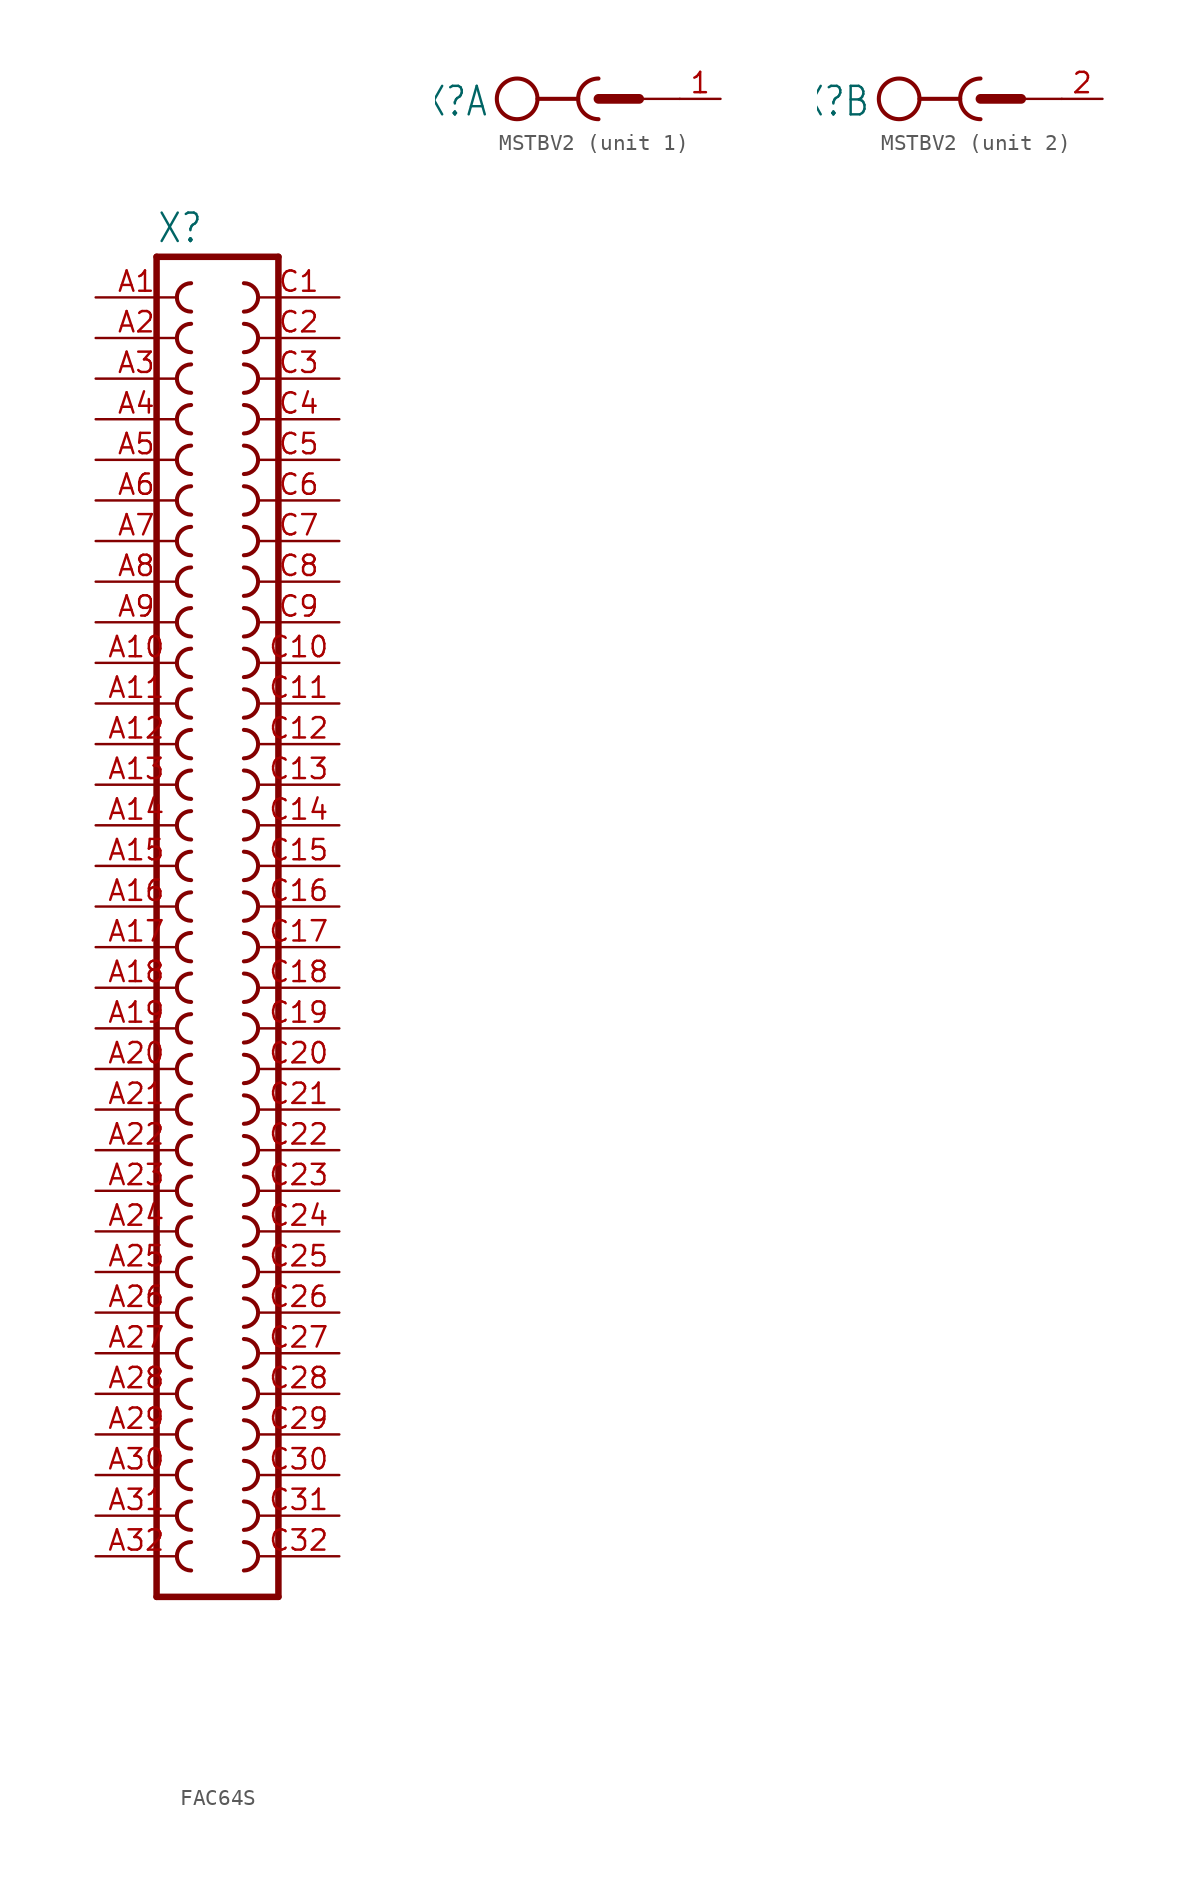
<source format=kicad_sym>
(kicad_symbol_lib
  (version 20231120)
  (generator "kicad_symbol_editor")
  (generator_version "8.0")
  (symbol "FAC64S"
    (property "Reference" "X"
      (at -3.81 41.402 0)
      (effects (font (size 1.778 1.511)) (justify left bottom)))
    (property "Value" ""
      (at -3.81 -45.72 0)
      (effects (font (size 1.778 1.511)) (justify left bottom)))
    (property "ki_locked" ""
      (at 0 0 0)
      (effects (font (size 1.27 1.27))))
    (symbol "FAC64S_1_0"
      (arc (start -1.651 -39.751) (mid -2.54 -40.64) (end -1.651 -41.529) (stroke (width 0.254) (type solid)) (fill (type none)))
      (arc (start -1.651 -37.211) (mid -2.54 -38.1) (end -1.651 -38.989) (stroke (width 0.254) (type solid)) (fill (type none)))
      (arc (start -1.651 -34.671) (mid -2.54 -35.56) (end -1.651 -36.449) (stroke (width 0.254) (type solid)) (fill (type none)))
      (arc (start -1.651 -32.131) (mid -2.54 -33.02) (end -1.651 -33.909) (stroke (width 0.254) (type solid)) (fill (type none)))
      (arc (start -1.651 -29.591) (mid -2.54 -30.48) (end -1.651 -31.369) (stroke (width 0.254) (type solid)) (fill (type none)))
      (arc (start -1.651 -27.051) (mid -2.54 -27.94) (end -1.651 -28.829) (stroke (width 0.254) (type solid)) (fill (type none)))
      (arc (start -1.651 -24.511) (mid -2.54 -25.4) (end -1.651 -26.289) (stroke (width 0.254) (type solid)) (fill (type none)))
      (arc (start -1.651 -21.971) (mid -2.54 -22.86) (end -1.651 -23.749) (stroke (width 0.254) (type solid)) (fill (type none)))
      (arc (start -1.651 -19.431) (mid -2.54 -20.32) (end -1.651 -21.209) (stroke (width 0.254) (type solid)) (fill (type none)))
      (arc (start -1.651 -16.891) (mid -2.54 -17.78) (end -1.651 -18.669) (stroke (width 0.254) (type solid)) (fill (type none)))
      (arc (start -1.651 -14.351) (mid -2.54 -15.24) (end -1.651 -16.129) (stroke (width 0.254) (type solid)) (fill (type none)))
      (arc (start -1.651 -11.811) (mid -2.54 -12.7) (end -1.651 -13.589) (stroke (width 0.254) (type solid)) (fill (type none)))
      (arc (start -1.651 -9.271) (mid -2.54 -10.16) (end -1.651 -11.049) (stroke (width 0.254) (type solid)) (fill (type none)))
      (arc (start -1.651 -6.731) (mid -2.54 -7.62) (end -1.651 -8.509) (stroke (width 0.254) (type solid)) (fill (type none)))
      (arc (start -1.651 -4.191) (mid -2.54 -5.08) (end -1.651 -5.969) (stroke (width 0.254) (type solid)) (fill (type none)))
      (arc (start -1.651 -1.651) (mid -2.54 -2.54) (end -1.651 -3.429) (stroke (width 0.254) (type solid)) (fill (type none)))
      (arc (start -1.651 0.889) (mid -2.54 0) (end -1.651 -0.889) (stroke (width 0.254) (type solid)) (fill (type none)))
      (arc (start -1.651 3.429) (mid -2.54 2.54) (end -1.651 1.651) (stroke (width 0.254) (type solid)) (fill (type none)))
      (arc (start -1.651 5.969) (mid -2.54 5.08) (end -1.651 4.191) (stroke (width 0.254) (type solid)) (fill (type none)))
      (arc (start -1.651 8.509) (mid -2.54 7.62) (end -1.651 6.731) (stroke (width 0.254) (type solid)) (fill (type none)))
      (arc (start -1.651 11.049) (mid -2.54 10.16) (end -1.651 9.271) (stroke (width 0.254) (type solid)) (fill (type none)))
      (arc (start -1.651 13.589) (mid -2.54 12.7) (end -1.651 11.811) (stroke (width 0.254) (type solid)) (fill (type none)))
      (arc (start -1.651 16.129) (mid -2.54 15.24) (end -1.651 14.351) (stroke (width 0.254) (type solid)) (fill (type none)))
      (arc (start -1.651 18.669) (mid -2.54 17.78) (end -1.651 16.891) (stroke (width 0.254) (type solid)) (fill (type none)))
      (arc (start -1.651 21.209) (mid -2.54 20.32) (end -1.651 19.431) (stroke (width 0.254) (type solid)) (fill (type none)))
      (arc (start -1.651 23.749) (mid -2.54 22.86) (end -1.651 21.971) (stroke (width 0.254) (type solid)) (fill (type none)))
      (arc (start -1.651 26.289) (mid -2.54 25.4) (end -1.651 24.511) (stroke (width 0.254) (type solid)) (fill (type none)))
      (arc (start -1.651 28.829) (mid -2.54 27.94) (end -1.651 27.051) (stroke (width 0.254) (type solid)) (fill (type none)))
      (arc (start -1.651 31.369) (mid -2.54 30.48) (end -1.651 29.591) (stroke (width 0.254) (type solid)) (fill (type none)))
      (arc (start -1.651 33.909) (mid -2.54 33.02) (end -1.651 32.131) (stroke (width 0.254) (type solid)) (fill (type none)))
      (arc (start -1.651 36.449) (mid -2.54 35.56) (end -1.651 34.671) (stroke (width 0.254) (type solid)) (fill (type none)))
      (arc (start -1.651 38.989) (mid -2.54 38.1) (end -1.651 37.211) (stroke (width 0.254) (type solid)) (fill (type none)))
      (polyline (pts (xy -3.81 40.64) (xy -3.81 -43.18)) (stroke (width 0.406) (type solid)) (fill (type none)))
      (polyline (pts (xy -3.81 40.64) (xy 3.81 40.64)) (stroke (width 0.406) (type solid)) (fill (type none)))
      (polyline (pts (xy 3.81 -43.18) (xy -3.81 -43.18)) (stroke (width 0.406) (type solid)) (fill (type none)))
      (polyline (pts (xy 3.81 -43.18) (xy 3.81 40.64)) (stroke (width 0.406) (type solid)) (fill (type none)))
      (arc (start 1.651 -41.529) (mid 2.54 -40.64) (end 1.651 -39.751) (stroke (width 0.254) (type solid)) (fill (type none)))
      (arc (start 1.651 -38.989) (mid 2.54 -38.1) (end 1.651 -37.211) (stroke (width 0.254) (type solid)) (fill (type none)))
      (arc (start 1.651 -36.449) (mid 2.54 -35.56) (end 1.651 -34.671) (stroke (width 0.254) (type solid)) (fill (type none)))
      (arc (start 1.651 -33.909) (mid 2.54 -33.02) (end 1.651 -32.131) (stroke (width 0.254) (type solid)) (fill (type none)))
      (arc (start 1.651 -31.369) (mid 2.54 -30.48) (end 1.651 -29.591) (stroke (width 0.254) (type solid)) (fill (type none)))
      (arc (start 1.651 -28.829) (mid 2.54 -27.94) (end 1.651 -27.051) (stroke (width 0.254) (type solid)) (fill (type none)))
      (arc (start 1.651 -26.289) (mid 2.54 -25.4) (end 1.651 -24.511) (stroke (width 0.254) (type solid)) (fill (type none)))
      (arc (start 1.651 -23.749) (mid 2.54 -22.86) (end 1.651 -21.971) (stroke (width 0.254) (type solid)) (fill (type none)))
      (arc (start 1.651 -21.209) (mid 2.54 -20.32) (end 1.651 -19.431) (stroke (width 0.254) (type solid)) (fill (type none)))
      (arc (start 1.651 -18.669) (mid 2.54 -17.78) (end 1.651 -16.891) (stroke (width 0.254) (type solid)) (fill (type none)))
      (arc (start 1.651 -16.129) (mid 2.54 -15.24) (end 1.651 -14.351) (stroke (width 0.254) (type solid)) (fill (type none)))
      (arc (start 1.651 -13.589) (mid 2.54 -12.7) (end 1.651 -11.811) (stroke (width 0.254) (type solid)) (fill (type none)))
      (arc (start 1.651 -11.049) (mid 2.54 -10.16) (end 1.651 -9.271) (stroke (width 0.254) (type solid)) (fill (type none)))
      (arc (start 1.651 -8.509) (mid 2.54 -7.62) (end 1.651 -6.731) (stroke (width 0.254) (type solid)) (fill (type none)))
      (arc (start 1.651 -5.969) (mid 2.54 -5.08) (end 1.651 -4.191) (stroke (width 0.254) (type solid)) (fill (type none)))
      (arc (start 1.651 -3.429) (mid 2.54 -2.54) (end 1.651 -1.651) (stroke (width 0.254) (type solid)) (fill (type none)))
      (arc (start 1.651 -0.889) (mid 2.54 0) (end 1.651 0.889) (stroke (width 0.254) (type solid)) (fill (type none)))
      (arc (start 1.651 1.651) (mid 2.54 2.54) (end 1.651 3.429) (stroke (width 0.254) (type solid)) (fill (type none)))
      (arc (start 1.651 4.191) (mid 2.54 5.08) (end 1.651 5.969) (stroke (width 0.254) (type solid)) (fill (type none)))
      (arc (start 1.651 6.731) (mid 2.54 7.62) (end 1.651 8.509) (stroke (width 0.254) (type solid)) (fill (type none)))
      (arc (start 1.651 9.271) (mid 2.54 10.16) (end 1.651 11.049) (stroke (width 0.254) (type solid)) (fill (type none)))
      (arc (start 1.651 11.811) (mid 2.54 12.7) (end 1.651 13.589) (stroke (width 0.254) (type solid)) (fill (type none)))
      (arc (start 1.651 14.351) (mid 2.54 15.24) (end 1.651 16.129) (stroke (width 0.254) (type solid)) (fill (type none)))
      (arc (start 1.651 16.891) (mid 2.54 17.78) (end 1.651 18.669) (stroke (width 0.254) (type solid)) (fill (type none)))
      (arc (start 1.651 19.431) (mid 2.54 20.32) (end 1.651 21.209) (stroke (width 0.254) (type solid)) (fill (type none)))
      (arc (start 1.651 21.971) (mid 2.54 22.86) (end 1.651 23.749) (stroke (width 0.254) (type solid)) (fill (type none)))
      (arc (start 1.651 24.511) (mid 2.54 25.4) (end 1.651 26.289) (stroke (width 0.254) (type solid)) (fill (type none)))
      (arc (start 1.651 27.051) (mid 2.54 27.94) (end 1.651 28.829) (stroke (width 0.254) (type solid)) (fill (type none)))
      (arc (start 1.651 29.591) (mid 2.54 30.48) (end 1.651 31.369) (stroke (width 0.254) (type solid)) (fill (type none)))
      (arc (start 1.651 32.131) (mid 2.54 33.02) (end 1.651 33.909) (stroke (width 0.254) (type solid)) (fill (type none)))
      (arc (start 1.651 34.671) (mid 2.54 35.56) (end 1.651 36.449) (stroke (width 0.254) (type solid)) (fill (type none)))
      (arc (start 1.651 37.211) (mid 2.54 38.1) (end 1.651 38.989) (stroke (width 0.254) (type solid)) (fill (type none)))
      (pin passive line (at -7.62 38.1 0) (length 5.08) (name "A1" (effects (font (size 0 0)))) (number "A1" (effects (font (size 1.27 1.27)))))
      (pin passive line (at -7.62 15.24 0) (length 5.08) (name "A10" (effects (font (size 0 0)))) (number "A10" (effects (font (size 1.27 1.27)))))
      (pin passive line (at -7.62 12.7 0) (length 5.08) (name "A11" (effects (font (size 0 0)))) (number "A11" (effects (font (size 1.27 1.27)))))
      (pin passive line (at -7.62 10.16 0) (length 5.08) (name "A12" (effects (font (size 0 0)))) (number "A12" (effects (font (size 1.27 1.27)))))
      (pin passive line (at -7.62 7.62 0) (length 5.08) (name "A13" (effects (font (size 0 0)))) (number "A13" (effects (font (size 1.27 1.27)))))
      (pin passive line (at -7.62 5.08 0) (length 5.08) (name "A14" (effects (font (size 0 0)))) (number "A14" (effects (font (size 1.27 1.27)))))
      (pin passive line (at -7.62 2.54 0) (length 5.08) (name "A15" (effects (font (size 0 0)))) (number "A15" (effects (font (size 1.27 1.27)))))
      (pin passive line (at -7.62 0 0) (length 5.08) (name "A16" (effects (font (size 0 0)))) (number "A16" (effects (font (size 1.27 1.27)))))
      (pin passive line (at -7.62 -2.54 0) (length 5.08) (name "A17" (effects (font (size 0 0)))) (number "A17" (effects (font (size 1.27 1.27)))))
      (pin passive line (at -7.62 -5.08 0) (length 5.08) (name "A18" (effects (font (size 0 0)))) (number "A18" (effects (font (size 1.27 1.27)))))
      (pin passive line (at -7.62 -7.62 0) (length 5.08) (name "A19" (effects (font (size 0 0)))) (number "A19" (effects (font (size 1.27 1.27)))))
      (pin passive line (at -7.62 35.56 0) (length 5.08) (name "A2" (effects (font (size 0 0)))) (number "A2" (effects (font (size 1.27 1.27)))))
      (pin passive line (at -7.62 -10.16 0) (length 5.08) (name "A20" (effects (font (size 0 0)))) (number "A20" (effects (font (size 1.27 1.27)))))
      (pin passive line (at -7.62 -12.7 0) (length 5.08) (name "A21" (effects (font (size 0 0)))) (number "A21" (effects (font (size 1.27 1.27)))))
      (pin passive line (at -7.62 -15.24 0) (length 5.08) (name "A22" (effects (font (size 0 0)))) (number "A22" (effects (font (size 1.27 1.27)))))
      (pin passive line (at -7.62 -17.78 0) (length 5.08) (name "A23" (effects (font (size 0 0)))) (number "A23" (effects (font (size 1.27 1.27)))))
      (pin passive line (at -7.62 -20.32 0) (length 5.08) (name "A24" (effects (font (size 0 0)))) (number "A24" (effects (font (size 1.27 1.27)))))
      (pin passive line (at -7.62 -22.86 0) (length 5.08) (name "A25" (effects (font (size 0 0)))) (number "A25" (effects (font (size 1.27 1.27)))))
      (pin passive line (at -7.62 -25.4 0) (length 5.08) (name "A26" (effects (font (size 0 0)))) (number "A26" (effects (font (size 1.27 1.27)))))
      (pin passive line (at -7.62 -27.94 0) (length 5.08) (name "A27" (effects (font (size 0 0)))) (number "A27" (effects (font (size 1.27 1.27)))))
      (pin passive line (at -7.62 -30.48 0) (length 5.08) (name "A28" (effects (font (size 0 0)))) (number "A28" (effects (font (size 1.27 1.27)))))
      (pin passive line (at -7.62 -33.02 0) (length 5.08) (name "A29" (effects (font (size 0 0)))) (number "A29" (effects (font (size 1.27 1.27)))))
      (pin passive line (at -7.62 33.02 0) (length 5.08) (name "A3" (effects (font (size 0 0)))) (number "A3" (effects (font (size 1.27 1.27)))))
      (pin passive line (at -7.62 -35.56 0) (length 5.08) (name "A30" (effects (font (size 0 0)))) (number "A30" (effects (font (size 1.27 1.27)))))
      (pin passive line (at -7.62 -38.1 0) (length 5.08) (name "A31" (effects (font (size 0 0)))) (number "A31" (effects (font (size 1.27 1.27)))))
      (pin passive line (at -7.62 -40.64 0) (length 5.08) (name "A32" (effects (font (size 0 0)))) (number "A32" (effects (font (size 1.27 1.27)))))
      (pin passive line (at -7.62 30.48 0) (length 5.08) (name "A4" (effects (font (size 0 0)))) (number "A4" (effects (font (size 1.27 1.27)))))
      (pin passive line (at -7.62 27.94 0) (length 5.08) (name "A5" (effects (font (size 0 0)))) (number "A5" (effects (font (size 1.27 1.27)))))
      (pin passive line (at -7.62 25.4 0) (length 5.08) (name "A6" (effects (font (size 0 0)))) (number "A6" (effects (font (size 1.27 1.27)))))
      (pin passive line (at -7.62 22.86 0) (length 5.08) (name "A7" (effects (font (size 0 0)))) (number "A7" (effects (font (size 1.27 1.27)))))
      (pin passive line (at -7.62 20.32 0) (length 5.08) (name "A8" (effects (font (size 0 0)))) (number "A8" (effects (font (size 1.27 1.27)))))
      (pin passive line (at -7.62 17.78 0) (length 5.08) (name "A9" (effects (font (size 0 0)))) (number "A9" (effects (font (size 1.27 1.27)))))
      (pin passive line (at 7.62 38.1 180) (length 5.08) (name "C1" (effects (font (size 0 0)))) (number "C1" (effects (font (size 1.27 1.27)))))
      (pin passive line (at 7.62 15.24 180) (length 5.08) (name "C10" (effects (font (size 0 0)))) (number "C10" (effects (font (size 1.27 1.27)))))
      (pin passive line (at 7.62 12.7 180) (length 5.08) (name "C11" (effects (font (size 0 0)))) (number "C11" (effects (font (size 1.27 1.27)))))
      (pin passive line (at 7.62 10.16 180) (length 5.08) (name "C12" (effects (font (size 0 0)))) (number "C12" (effects (font (size 1.27 1.27)))))
      (pin passive line (at 7.62 7.62 180) (length 5.08) (name "C13" (effects (font (size 0 0)))) (number "C13" (effects (font (size 1.27 1.27)))))
      (pin passive line (at 7.62 5.08 180) (length 5.08) (name "C14" (effects (font (size 0 0)))) (number "C14" (effects (font (size 1.27 1.27)))))
      (pin passive line (at 7.62 2.54 180) (length 5.08) (name "C15" (effects (font (size 0 0)))) (number "C15" (effects (font (size 1.27 1.27)))))
      (pin passive line (at 7.62 0 180) (length 5.08) (name "C16" (effects (font (size 0 0)))) (number "C16" (effects (font (size 1.27 1.27)))))
      (pin passive line (at 7.62 -2.54 180) (length 5.08) (name "C17" (effects (font (size 0 0)))) (number "C17" (effects (font (size 1.27 1.27)))))
      (pin passive line (at 7.62 -5.08 180) (length 5.08) (name "C18" (effects (font (size 0 0)))) (number "C18" (effects (font (size 1.27 1.27)))))
      (pin passive line (at 7.62 -7.62 180) (length 5.08) (name "C19" (effects (font (size 0 0)))) (number "C19" (effects (font (size 1.27 1.27)))))
      (pin passive line (at 7.62 35.56 180) (length 5.08) (name "C2" (effects (font (size 0 0)))) (number "C2" (effects (font (size 1.27 1.27)))))
      (pin passive line (at 7.62 -10.16 180) (length 5.08) (name "C20" (effects (font (size 0 0)))) (number "C20" (effects (font (size 1.27 1.27)))))
      (pin passive line (at 7.62 -12.7 180) (length 5.08) (name "C21" (effects (font (size 0 0)))) (number "C21" (effects (font (size 1.27 1.27)))))
      (pin passive line (at 7.62 -15.24 180) (length 5.08) (name "C22" (effects (font (size 0 0)))) (number "C22" (effects (font (size 1.27 1.27)))))
      (pin passive line (at 7.62 -17.78 180) (length 5.08) (name "C23" (effects (font (size 0 0)))) (number "C23" (effects (font (size 1.27 1.27)))))
      (pin passive line (at 7.62 -20.32 180) (length 5.08) (name "C24" (effects (font (size 0 0)))) (number "C24" (effects (font (size 1.27 1.27)))))
      (pin passive line (at 7.62 -22.86 180) (length 5.08) (name "C25" (effects (font (size 0 0)))) (number "C25" (effects (font (size 1.27 1.27)))))
      (pin passive line (at 7.62 -25.4 180) (length 5.08) (name "C26" (effects (font (size 0 0)))) (number "C26" (effects (font (size 1.27 1.27)))))
      (pin passive line (at 7.62 -27.94 180) (length 5.08) (name "C27" (effects (font (size 0 0)))) (number "C27" (effects (font (size 1.27 1.27)))))
      (pin passive line (at 7.62 -30.48 180) (length 5.08) (name "C28" (effects (font (size 0 0)))) (number "C28" (effects (font (size 1.27 1.27)))))
      (pin passive line (at 7.62 -33.02 180) (length 5.08) (name "C29" (effects (font (size 0 0)))) (number "C29" (effects (font (size 1.27 1.27)))))
      (pin passive line (at 7.62 33.02 180) (length 5.08) (name "C3" (effects (font (size 0 0)))) (number "C3" (effects (font (size 1.27 1.27)))))
      (pin passive line (at 7.62 -35.56 180) (length 5.08) (name "C30" (effects (font (size 0 0)))) (number "C30" (effects (font (size 1.27 1.27)))))
      (pin passive line (at 7.62 -38.1 180) (length 5.08) (name "C31" (effects (font (size 0 0)))) (number "C31" (effects (font (size 1.27 1.27)))))
      (pin passive line (at 7.62 -40.64 180) (length 5.08) (name "C32" (effects (font (size 0 0)))) (number "C32" (effects (font (size 1.27 1.27)))))
      (pin passive line (at 7.62 30.48 180) (length 5.08) (name "C4" (effects (font (size 0 0)))) (number "C4" (effects (font (size 1.27 1.27)))))
      (pin passive line (at 7.62 27.94 180) (length 5.08) (name "C5" (effects (font (size 0 0)))) (number "C5" (effects (font (size 1.27 1.27)))))
      (pin passive line (at 7.62 25.4 180) (length 5.08) (name "C6" (effects (font (size 0 0)))) (number "C6" (effects (font (size 1.27 1.27)))))
      (pin passive line (at 7.62 22.86 180) (length 5.08) (name "C7" (effects (font (size 0 0)))) (number "C7" (effects (font (size 1.27 1.27)))))
      (pin passive line (at 7.62 20.32 180) (length 5.08) (name "C8" (effects (font (size 0 0)))) (number "C8" (effects (font (size 1.27 1.27)))))
      (pin passive line (at 7.62 17.78 180) (length 5.08) (name "C9" (effects (font (size 0 0)))) (number "C9" (effects (font (size 1.27 1.27)))))))
  (symbol "MSTBV2"
    (property "Reference" "X"
      (at -6.858 0.889 0)
      (effects (font (size 1.778 1.511)) (justify right top)))
    (property "ki_locked" ""
      (at 0 0 0)
      (effects (font (size 1.27 1.27))))
    (symbol "MSTBV2_1_0"
      (circle (center -5.08 0) (radius 1.27) (stroke (width 0.254) (type solid)) (fill (type none)))
      (polyline (pts (xy -3.81 0) (xy -1.27 0)) (stroke (width 0.254) (type solid)) (fill (type none)))
      (polyline (pts (xy 0 0) (xy 2.54 0)) (stroke (width 0.61) (type solid)) (fill (type none)))
      (polyline (pts (xy 2.54 0) (xy 5.08 0)) (stroke (width 0.152) (type solid)) (fill (type none)))
      (arc (start 0 1.27) (mid -1.27 0) (end 0 -1.27) (stroke (width 0.254) (type solid)) (fill (type none)))
      (pin passive line (at 7.62 0 180) (length 2.54) (name "SK" (effects (font (size 0 0)))) (number "1" (effects (font (size 1.27 1.27))))))
    (symbol "MSTBV2_2_0"
      (circle (center -5.08 0) (radius 1.27) (stroke (width 0.254) (type solid)) (fill (type none)))
      (polyline (pts (xy -3.81 0) (xy -1.27 0)) (stroke (width 0.254) (type solid)) (fill (type none)))
      (polyline (pts (xy 0 0) (xy 2.54 0)) (stroke (width 0.61) (type solid)) (fill (type none)))
      (polyline (pts (xy 2.54 0) (xy 5.08 0)) (stroke (width 0.152) (type solid)) (fill (type none)))
      (arc (start 0 1.27) (mid -1.27 0) (end 0 -1.27) (stroke (width 0.254) (type solid)) (fill (type none)))
      (pin passive line (at 7.62 0 180) (length 2.54) (name "SK" (effects (font (size 0 0)))) (number "2" (effects (font (size 1.27 1.27))))))))
</source>
